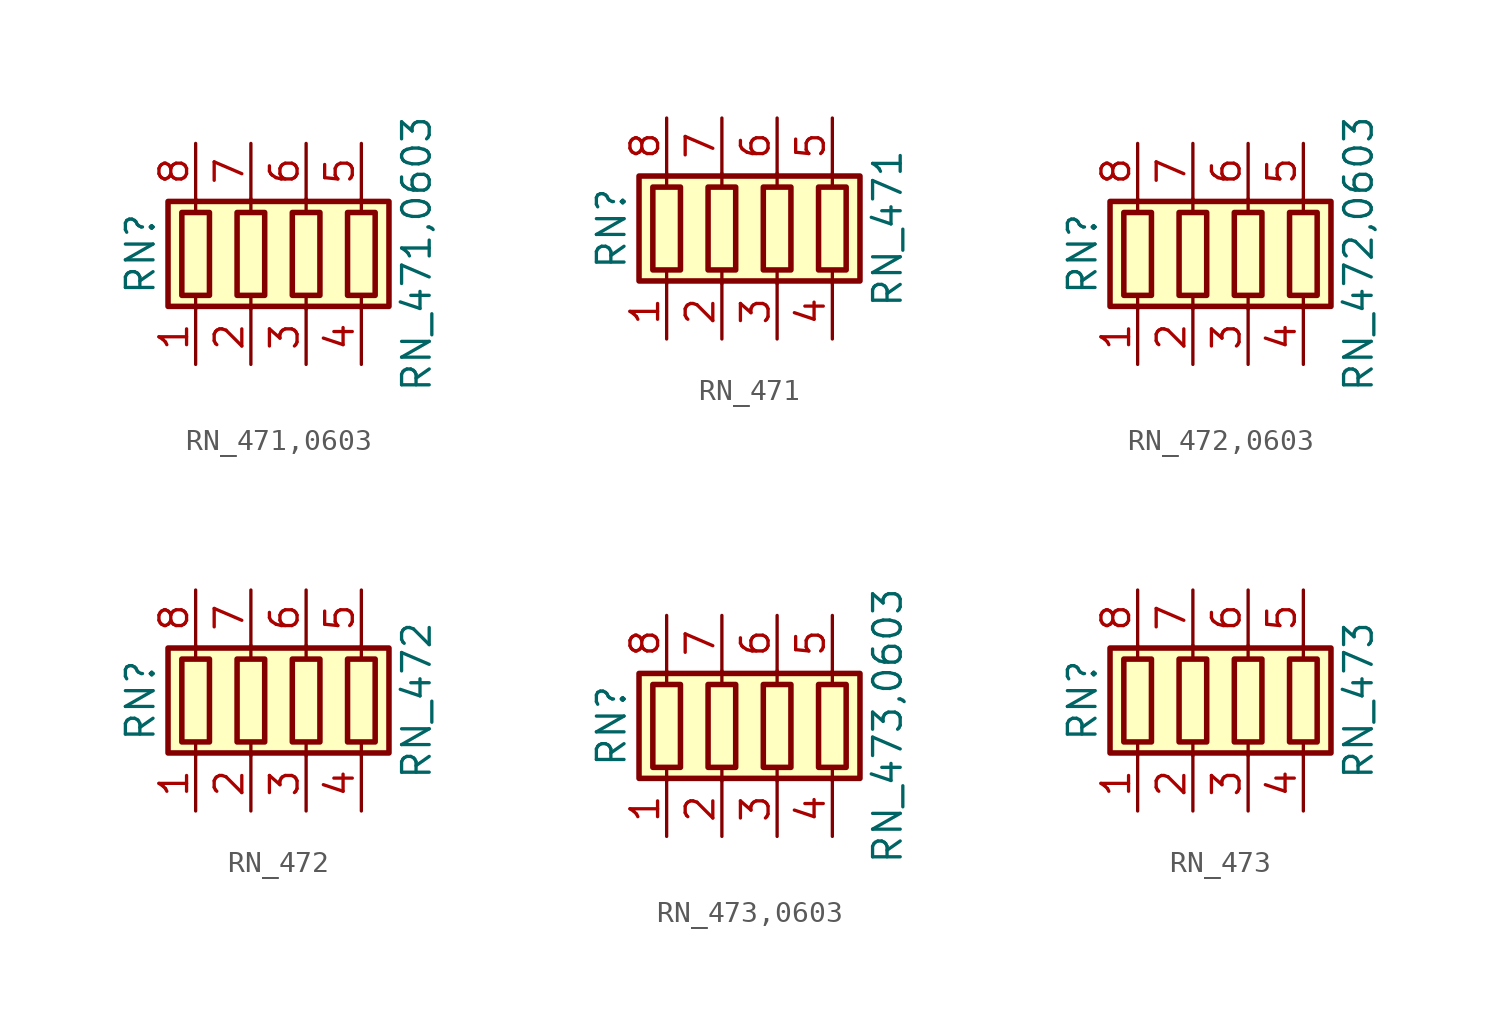
<source format=kicad_sym>
(kicad_symbol_lib
  (version 20211014)
  (generator kicad_symbol_editor)
  (symbol "RN_471,0603"
    (pin_names
      (offset 0) hide)
    (property "Reference" "RN"
      (at -7.62 0 90)
      (effects (font (size 1.27 1.27))))
    (property "Value" "RN_471,0603"
      (at 5.08 0 90)
      (effects (font (size 1.27 1.27))))
    (symbol "RN_471,0603_0_1"
      (rectangle (start -6.35 -2.413) (end 3.81 2.413) (stroke (width 0.254) (type default) (color 0 0 0 0)) (fill (type background)))
      (rectangle (start -5.715 1.905) (end -4.445 -1.905) (stroke (width 0.254) (type default) (color 0 0 0 0)) (fill (type none)))
      (rectangle (start -3.175 1.905) (end -1.905 -1.905) (stroke (width 0.254) (type default) (color 0 0 0 0)) (fill (type none)))
      (rectangle (start -0.635 1.905) (end 0.635 -1.905) (stroke (width 0.254) (type default) (color 0 0 0 0)) (fill (type none)))
      (polyline (pts (xy -5.08 -2.54) (xy -5.08 -1.905)) (stroke (width 0) (type default) (color 0 0 0 0)) (fill (type none)))
      (polyline (pts (xy -5.08 1.905) (xy -5.08 2.54)) (stroke (width 0) (type default) (color 0 0 0 0)) (fill (type none)))
      (polyline (pts (xy -2.54 -2.54) (xy -2.54 -1.905)) (stroke (width 0) (type default) (color 0 0 0 0)) (fill (type none)))
      (polyline (pts (xy -2.54 1.905) (xy -2.54 2.54)) (stroke (width 0) (type default) (color 0 0 0 0)) (fill (type none)))
      (polyline (pts (xy 0 -2.54) (xy 0 -1.905)) (stroke (width 0) (type default) (color 0 0 0 0)) (fill (type none)))
      (polyline (pts (xy 0 1.905) (xy 0 2.54)) (stroke (width 0) (type default) (color 0 0 0 0)) (fill (type none)))
      (polyline (pts (xy 2.54 -2.54) (xy 2.54 -1.905)) (stroke (width 0) (type default) (color 0 0 0 0)) (fill (type none)))
      (polyline (pts (xy 2.54 1.905) (xy 2.54 2.54)) (stroke (width 0) (type default) (color 0 0 0 0)) (fill (type none)))
      (rectangle (start 1.905 1.905) (end 3.175 -1.905) (stroke (width 0.254) (type default) (color 0 0 0 0)) (fill (type none))))
    (symbol "RN_471,0603_1_1"
      (pin passive line (at -5.08 -5.08 90) (length 2.54) (name "R1.1" (effects (font (size 1.27 1.27)))) (number "1" (effects (font (size 1.27 1.27)))))
      (pin passive line (at -2.54 -5.08 90) (length 2.54) (name "R2.1" (effects (font (size 1.27 1.27)))) (number "2" (effects (font (size 1.27 1.27)))))
      (pin passive line (at 0 -5.08 90) (length 2.54) (name "R3.1" (effects (font (size 1.27 1.27)))) (number "3" (effects (font (size 1.27 1.27)))))
      (pin passive line (at 2.54 -5.08 90) (length 2.54) (name "R4.1" (effects (font (size 1.27 1.27)))) (number "4" (effects (font (size 1.27 1.27)))))
      (pin passive line (at 2.54 5.08 270) (length 2.54) (name "R4.2" (effects (font (size 1.27 1.27)))) (number "5" (effects (font (size 1.27 1.27)))))
      (pin passive line (at 0 5.08 270) (length 2.54) (name "R3.2" (effects (font (size 1.27 1.27)))) (number "6" (effects (font (size 1.27 1.27)))))
      (pin passive line (at -2.54 5.08 270) (length 2.54) (name "R2.2" (effects (font (size 1.27 1.27)))) (number "7" (effects (font (size 1.27 1.27)))))
      (pin passive line (at -5.08 5.08 270) (length 2.54) (name "R1.2" (effects (font (size 1.27 1.27)))) (number "8" (effects (font (size 1.27 1.27)))))))
  (symbol "RN_471"
    (pin_names
      (offset 0) hide)
    (property "Reference" "RN"
      (at -7.62 0 90)
      (effects (font (size 1.27 1.27))))
    (property "Value" "RN_471"
      (at 5.08 0 90)
      (effects (font (size 1.27 1.27))))
    (symbol "RN_471_0_1"
      (rectangle (start -6.35 -2.413) (end 3.81 2.413) (stroke (width 0.254) (type default) (color 0 0 0 0)) (fill (type background)))
      (rectangle (start -5.715 1.905) (end -4.445 -1.905) (stroke (width 0.254) (type default) (color 0 0 0 0)) (fill (type none)))
      (rectangle (start -3.175 1.905) (end -1.905 -1.905) (stroke (width 0.254) (type default) (color 0 0 0 0)) (fill (type none)))
      (rectangle (start -0.635 1.905) (end 0.635 -1.905) (stroke (width 0.254) (type default) (color 0 0 0 0)) (fill (type none)))
      (polyline (pts (xy -5.08 -2.54) (xy -5.08 -1.905)) (stroke (width 0) (type default) (color 0 0 0 0)) (fill (type none)))
      (polyline (pts (xy -5.08 1.905) (xy -5.08 2.54)) (stroke (width 0) (type default) (color 0 0 0 0)) (fill (type none)))
      (polyline (pts (xy -2.54 -2.54) (xy -2.54 -1.905)) (stroke (width 0) (type default) (color 0 0 0 0)) (fill (type none)))
      (polyline (pts (xy -2.54 1.905) (xy -2.54 2.54)) (stroke (width 0) (type default) (color 0 0 0 0)) (fill (type none)))
      (polyline (pts (xy 0 -2.54) (xy 0 -1.905)) (stroke (width 0) (type default) (color 0 0 0 0)) (fill (type none)))
      (polyline (pts (xy 0 1.905) (xy 0 2.54)) (stroke (width 0) (type default) (color 0 0 0 0)) (fill (type none)))
      (polyline (pts (xy 2.54 -2.54) (xy 2.54 -1.905)) (stroke (width 0) (type default) (color 0 0 0 0)) (fill (type none)))
      (polyline (pts (xy 2.54 1.905) (xy 2.54 2.54)) (stroke (width 0) (type default) (color 0 0 0 0)) (fill (type none)))
      (rectangle (start 1.905 1.905) (end 3.175 -1.905) (stroke (width 0.254) (type default) (color 0 0 0 0)) (fill (type none))))
    (symbol "RN_471_1_1"
      (pin passive line (at -5.08 -5.08 90) (length 2.54) (name "R1.1" (effects (font (size 1.27 1.27)))) (number "1" (effects (font (size 1.27 1.27)))))
      (pin passive line (at -2.54 -5.08 90) (length 2.54) (name "R2.1" (effects (font (size 1.27 1.27)))) (number "2" (effects (font (size 1.27 1.27)))))
      (pin passive line (at 0 -5.08 90) (length 2.54) (name "R3.1" (effects (font (size 1.27 1.27)))) (number "3" (effects (font (size 1.27 1.27)))))
      (pin passive line (at 2.54 -5.08 90) (length 2.54) (name "R4.1" (effects (font (size 1.27 1.27)))) (number "4" (effects (font (size 1.27 1.27)))))
      (pin passive line (at 2.54 5.08 270) (length 2.54) (name "R4.2" (effects (font (size 1.27 1.27)))) (number "5" (effects (font (size 1.27 1.27)))))
      (pin passive line (at 0 5.08 270) (length 2.54) (name "R3.2" (effects (font (size 1.27 1.27)))) (number "6" (effects (font (size 1.27 1.27)))))
      (pin passive line (at -2.54 5.08 270) (length 2.54) (name "R2.2" (effects (font (size 1.27 1.27)))) (number "7" (effects (font (size 1.27 1.27)))))
      (pin passive line (at -5.08 5.08 270) (length 2.54) (name "R1.2" (effects (font (size 1.27 1.27)))) (number "8" (effects (font (size 1.27 1.27)))))))
  (symbol "RN_472,0603"
    (pin_names
      (offset 0) hide)
    (property "Reference" "RN"
      (at -7.62 0 90)
      (effects (font (size 1.27 1.27))))
    (property "Value" "RN_472,0603"
      (at 5.08 0 90)
      (effects (font (size 1.27 1.27))))
    (symbol "RN_472,0603_0_1"
      (rectangle (start -6.35 -2.413) (end 3.81 2.413) (stroke (width 0.254) (type default) (color 0 0 0 0)) (fill (type background)))
      (rectangle (start -5.715 1.905) (end -4.445 -1.905) (stroke (width 0.254) (type default) (color 0 0 0 0)) (fill (type none)))
      (rectangle (start -3.175 1.905) (end -1.905 -1.905) (stroke (width 0.254) (type default) (color 0 0 0 0)) (fill (type none)))
      (rectangle (start -0.635 1.905) (end 0.635 -1.905) (stroke (width 0.254) (type default) (color 0 0 0 0)) (fill (type none)))
      (polyline (pts (xy -5.08 -2.54) (xy -5.08 -1.905)) (stroke (width 0) (type default) (color 0 0 0 0)) (fill (type none)))
      (polyline (pts (xy -5.08 1.905) (xy -5.08 2.54)) (stroke (width 0) (type default) (color 0 0 0 0)) (fill (type none)))
      (polyline (pts (xy -2.54 -2.54) (xy -2.54 -1.905)) (stroke (width 0) (type default) (color 0 0 0 0)) (fill (type none)))
      (polyline (pts (xy -2.54 1.905) (xy -2.54 2.54)) (stroke (width 0) (type default) (color 0 0 0 0)) (fill (type none)))
      (polyline (pts (xy 0 -2.54) (xy 0 -1.905)) (stroke (width 0) (type default) (color 0 0 0 0)) (fill (type none)))
      (polyline (pts (xy 0 1.905) (xy 0 2.54)) (stroke (width 0) (type default) (color 0 0 0 0)) (fill (type none)))
      (polyline (pts (xy 2.54 -2.54) (xy 2.54 -1.905)) (stroke (width 0) (type default) (color 0 0 0 0)) (fill (type none)))
      (polyline (pts (xy 2.54 1.905) (xy 2.54 2.54)) (stroke (width 0) (type default) (color 0 0 0 0)) (fill (type none)))
      (rectangle (start 1.905 1.905) (end 3.175 -1.905) (stroke (width 0.254) (type default) (color 0 0 0 0)) (fill (type none))))
    (symbol "RN_472,0603_1_1"
      (pin passive line (at -5.08 -5.08 90) (length 2.54) (name "R1.1" (effects (font (size 1.27 1.27)))) (number "1" (effects (font (size 1.27 1.27)))))
      (pin passive line (at -2.54 -5.08 90) (length 2.54) (name "R2.1" (effects (font (size 1.27 1.27)))) (number "2" (effects (font (size 1.27 1.27)))))
      (pin passive line (at 0 -5.08 90) (length 2.54) (name "R3.1" (effects (font (size 1.27 1.27)))) (number "3" (effects (font (size 1.27 1.27)))))
      (pin passive line (at 2.54 -5.08 90) (length 2.54) (name "R4.1" (effects (font (size 1.27 1.27)))) (number "4" (effects (font (size 1.27 1.27)))))
      (pin passive line (at 2.54 5.08 270) (length 2.54) (name "R4.2" (effects (font (size 1.27 1.27)))) (number "5" (effects (font (size 1.27 1.27)))))
      (pin passive line (at 0 5.08 270) (length 2.54) (name "R3.2" (effects (font (size 1.27 1.27)))) (number "6" (effects (font (size 1.27 1.27)))))
      (pin passive line (at -2.54 5.08 270) (length 2.54) (name "R2.2" (effects (font (size 1.27 1.27)))) (number "7" (effects (font (size 1.27 1.27)))))
      (pin passive line (at -5.08 5.08 270) (length 2.54) (name "R1.2" (effects (font (size 1.27 1.27)))) (number "8" (effects (font (size 1.27 1.27)))))))
  (symbol "RN_472"
    (pin_names
      (offset 0) hide)
    (property "Reference" "RN"
      (at -7.62 0 90)
      (effects (font (size 1.27 1.27))))
    (property "Value" "RN_472"
      (at 5.08 0 90)
      (effects (font (size 1.27 1.27))))
    (symbol "RN_472_0_1"
      (rectangle (start -6.35 -2.413) (end 3.81 2.413) (stroke (width 0.254) (type default) (color 0 0 0 0)) (fill (type background)))
      (rectangle (start -5.715 1.905) (end -4.445 -1.905) (stroke (width 0.254) (type default) (color 0 0 0 0)) (fill (type none)))
      (rectangle (start -3.175 1.905) (end -1.905 -1.905) (stroke (width 0.254) (type default) (color 0 0 0 0)) (fill (type none)))
      (rectangle (start -0.635 1.905) (end 0.635 -1.905) (stroke (width 0.254) (type default) (color 0 0 0 0)) (fill (type none)))
      (polyline (pts (xy -5.08 -2.54) (xy -5.08 -1.905)) (stroke (width 0) (type default) (color 0 0 0 0)) (fill (type none)))
      (polyline (pts (xy -5.08 1.905) (xy -5.08 2.54)) (stroke (width 0) (type default) (color 0 0 0 0)) (fill (type none)))
      (polyline (pts (xy -2.54 -2.54) (xy -2.54 -1.905)) (stroke (width 0) (type default) (color 0 0 0 0)) (fill (type none)))
      (polyline (pts (xy -2.54 1.905) (xy -2.54 2.54)) (stroke (width 0) (type default) (color 0 0 0 0)) (fill (type none)))
      (polyline (pts (xy 0 -2.54) (xy 0 -1.905)) (stroke (width 0) (type default) (color 0 0 0 0)) (fill (type none)))
      (polyline (pts (xy 0 1.905) (xy 0 2.54)) (stroke (width 0) (type default) (color 0 0 0 0)) (fill (type none)))
      (polyline (pts (xy 2.54 -2.54) (xy 2.54 -1.905)) (stroke (width 0) (type default) (color 0 0 0 0)) (fill (type none)))
      (polyline (pts (xy 2.54 1.905) (xy 2.54 2.54)) (stroke (width 0) (type default) (color 0 0 0 0)) (fill (type none)))
      (rectangle (start 1.905 1.905) (end 3.175 -1.905) (stroke (width 0.254) (type default) (color 0 0 0 0)) (fill (type none))))
    (symbol "RN_472_1_1"
      (pin passive line (at -5.08 -5.08 90) (length 2.54) (name "R1.1" (effects (font (size 1.27 1.27)))) (number "1" (effects (font (size 1.27 1.27)))))
      (pin passive line (at -2.54 -5.08 90) (length 2.54) (name "R2.1" (effects (font (size 1.27 1.27)))) (number "2" (effects (font (size 1.27 1.27)))))
      (pin passive line (at 0 -5.08 90) (length 2.54) (name "R3.1" (effects (font (size 1.27 1.27)))) (number "3" (effects (font (size 1.27 1.27)))))
      (pin passive line (at 2.54 -5.08 90) (length 2.54) (name "R4.1" (effects (font (size 1.27 1.27)))) (number "4" (effects (font (size 1.27 1.27)))))
      (pin passive line (at 2.54 5.08 270) (length 2.54) (name "R4.2" (effects (font (size 1.27 1.27)))) (number "5" (effects (font (size 1.27 1.27)))))
      (pin passive line (at 0 5.08 270) (length 2.54) (name "R3.2" (effects (font (size 1.27 1.27)))) (number "6" (effects (font (size 1.27 1.27)))))
      (pin passive line (at -2.54 5.08 270) (length 2.54) (name "R2.2" (effects (font (size 1.27 1.27)))) (number "7" (effects (font (size 1.27 1.27)))))
      (pin passive line (at -5.08 5.08 270) (length 2.54) (name "R1.2" (effects (font (size 1.27 1.27)))) (number "8" (effects (font (size 1.27 1.27)))))))
  (symbol "RN_473,0603"
    (pin_names
      (offset 0) hide)
    (property "Reference" "RN"
      (at -7.62 0 90)
      (effects (font (size 1.27 1.27))))
    (property "Value" "RN_473,0603"
      (at 5.08 0 90)
      (effects (font (size 1.27 1.27))))
    (symbol "RN_473,0603_0_1"
      (rectangle (start -6.35 -2.413) (end 3.81 2.413) (stroke (width 0.254) (type default) (color 0 0 0 0)) (fill (type background)))
      (rectangle (start -5.715 1.905) (end -4.445 -1.905) (stroke (width 0.254) (type default) (color 0 0 0 0)) (fill (type none)))
      (rectangle (start -3.175 1.905) (end -1.905 -1.905) (stroke (width 0.254) (type default) (color 0 0 0 0)) (fill (type none)))
      (rectangle (start -0.635 1.905) (end 0.635 -1.905) (stroke (width 0.254) (type default) (color 0 0 0 0)) (fill (type none)))
      (polyline (pts (xy -5.08 -2.54) (xy -5.08 -1.905)) (stroke (width 0) (type default) (color 0 0 0 0)) (fill (type none)))
      (polyline (pts (xy -5.08 1.905) (xy -5.08 2.54)) (stroke (width 0) (type default) (color 0 0 0 0)) (fill (type none)))
      (polyline (pts (xy -2.54 -2.54) (xy -2.54 -1.905)) (stroke (width 0) (type default) (color 0 0 0 0)) (fill (type none)))
      (polyline (pts (xy -2.54 1.905) (xy -2.54 2.54)) (stroke (width 0) (type default) (color 0 0 0 0)) (fill (type none)))
      (polyline (pts (xy 0 -2.54) (xy 0 -1.905)) (stroke (width 0) (type default) (color 0 0 0 0)) (fill (type none)))
      (polyline (pts (xy 0 1.905) (xy 0 2.54)) (stroke (width 0) (type default) (color 0 0 0 0)) (fill (type none)))
      (polyline (pts (xy 2.54 -2.54) (xy 2.54 -1.905)) (stroke (width 0) (type default) (color 0 0 0 0)) (fill (type none)))
      (polyline (pts (xy 2.54 1.905) (xy 2.54 2.54)) (stroke (width 0) (type default) (color 0 0 0 0)) (fill (type none)))
      (rectangle (start 1.905 1.905) (end 3.175 -1.905) (stroke (width 0.254) (type default) (color 0 0 0 0)) (fill (type none))))
    (symbol "RN_473,0603_1_1"
      (pin passive line (at -5.08 -5.08 90) (length 2.54) (name "R1.1" (effects (font (size 1.27 1.27)))) (number "1" (effects (font (size 1.27 1.27)))))
      (pin passive line (at -2.54 -5.08 90) (length 2.54) (name "R2.1" (effects (font (size 1.27 1.27)))) (number "2" (effects (font (size 1.27 1.27)))))
      (pin passive line (at 0 -5.08 90) (length 2.54) (name "R3.1" (effects (font (size 1.27 1.27)))) (number "3" (effects (font (size 1.27 1.27)))))
      (pin passive line (at 2.54 -5.08 90) (length 2.54) (name "R4.1" (effects (font (size 1.27 1.27)))) (number "4" (effects (font (size 1.27 1.27)))))
      (pin passive line (at 2.54 5.08 270) (length 2.54) (name "R4.2" (effects (font (size 1.27 1.27)))) (number "5" (effects (font (size 1.27 1.27)))))
      (pin passive line (at 0 5.08 270) (length 2.54) (name "R3.2" (effects (font (size 1.27 1.27)))) (number "6" (effects (font (size 1.27 1.27)))))
      (pin passive line (at -2.54 5.08 270) (length 2.54) (name "R2.2" (effects (font (size 1.27 1.27)))) (number "7" (effects (font (size 1.27 1.27)))))
      (pin passive line (at -5.08 5.08 270) (length 2.54) (name "R1.2" (effects (font (size 1.27 1.27)))) (number "8" (effects (font (size 1.27 1.27)))))))
  (symbol "RN_473"
    (pin_names
      (offset 0) hide)
    (property "Reference" "RN"
      (at -7.62 0 90)
      (effects (font (size 1.27 1.27))))
    (property "Value" "RN_473"
      (at 5.08 0 90)
      (effects (font (size 1.27 1.27))))
    (symbol "RN_473_0_1"
      (rectangle (start -6.35 -2.413) (end 3.81 2.413) (stroke (width 0.254) (type default) (color 0 0 0 0)) (fill (type background)))
      (rectangle (start -5.715 1.905) (end -4.445 -1.905) (stroke (width 0.254) (type default) (color 0 0 0 0)) (fill (type none)))
      (rectangle (start -3.175 1.905) (end -1.905 -1.905) (stroke (width 0.254) (type default) (color 0 0 0 0)) (fill (type none)))
      (rectangle (start -0.635 1.905) (end 0.635 -1.905) (stroke (width 0.254) (type default) (color 0 0 0 0)) (fill (type none)))
      (polyline (pts (xy -5.08 -2.54) (xy -5.08 -1.905)) (stroke (width 0) (type default) (color 0 0 0 0)) (fill (type none)))
      (polyline (pts (xy -5.08 1.905) (xy -5.08 2.54)) (stroke (width 0) (type default) (color 0 0 0 0)) (fill (type none)))
      (polyline (pts (xy -2.54 -2.54) (xy -2.54 -1.905)) (stroke (width 0) (type default) (color 0 0 0 0)) (fill (type none)))
      (polyline (pts (xy -2.54 1.905) (xy -2.54 2.54)) (stroke (width 0) (type default) (color 0 0 0 0)) (fill (type none)))
      (polyline (pts (xy 0 -2.54) (xy 0 -1.905)) (stroke (width 0) (type default) (color 0 0 0 0)) (fill (type none)))
      (polyline (pts (xy 0 1.905) (xy 0 2.54)) (stroke (width 0) (type default) (color 0 0 0 0)) (fill (type none)))
      (polyline (pts (xy 2.54 -2.54) (xy 2.54 -1.905)) (stroke (width 0) (type default) (color 0 0 0 0)) (fill (type none)))
      (polyline (pts (xy 2.54 1.905) (xy 2.54 2.54)) (stroke (width 0) (type default) (color 0 0 0 0)) (fill (type none)))
      (rectangle (start 1.905 1.905) (end 3.175 -1.905) (stroke (width 0.254) (type default) (color 0 0 0 0)) (fill (type none))))
    (symbol "RN_473_1_1"
      (pin passive line (at -5.08 -5.08 90) (length 2.54) (name "R1.1" (effects (font (size 1.27 1.27)))) (number "1" (effects (font (size 1.27 1.27)))))
      (pin passive line (at -2.54 -5.08 90) (length 2.54) (name "R2.1" (effects (font (size 1.27 1.27)))) (number "2" (effects (font (size 1.27 1.27)))))
      (pin passive line (at 0 -5.08 90) (length 2.54) (name "R3.1" (effects (font (size 1.27 1.27)))) (number "3" (effects (font (size 1.27 1.27)))))
      (pin passive line (at 2.54 -5.08 90) (length 2.54) (name "R4.1" (effects (font (size 1.27 1.27)))) (number "4" (effects (font (size 1.27 1.27)))))
      (pin passive line (at 2.54 5.08 270) (length 2.54) (name "R4.2" (effects (font (size 1.27 1.27)))) (number "5" (effects (font (size 1.27 1.27)))))
      (pin passive line (at 0 5.08 270) (length 2.54) (name "R3.2" (effects (font (size 1.27 1.27)))) (number "6" (effects (font (size 1.27 1.27)))))
      (pin passive line (at -2.54 5.08 270) (length 2.54) (name "R2.2" (effects (font (size 1.27 1.27)))) (number "7" (effects (font (size 1.27 1.27)))))
      (pin passive line (at -5.08 5.08 270) (length 2.54) (name "R1.2" (effects (font (size 1.27 1.27)))) (number "8" (effects (font (size 1.27 1.27))))))))
</source>
